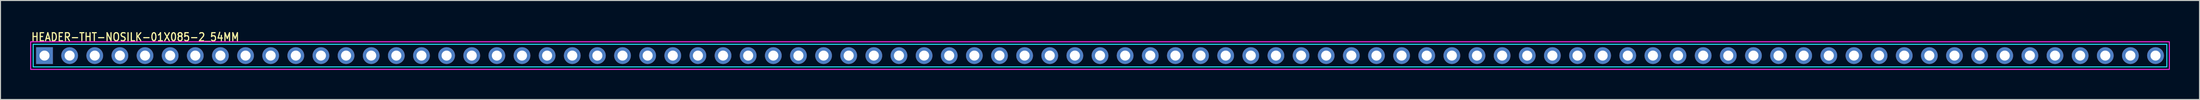
<source format=kicad_pcb>
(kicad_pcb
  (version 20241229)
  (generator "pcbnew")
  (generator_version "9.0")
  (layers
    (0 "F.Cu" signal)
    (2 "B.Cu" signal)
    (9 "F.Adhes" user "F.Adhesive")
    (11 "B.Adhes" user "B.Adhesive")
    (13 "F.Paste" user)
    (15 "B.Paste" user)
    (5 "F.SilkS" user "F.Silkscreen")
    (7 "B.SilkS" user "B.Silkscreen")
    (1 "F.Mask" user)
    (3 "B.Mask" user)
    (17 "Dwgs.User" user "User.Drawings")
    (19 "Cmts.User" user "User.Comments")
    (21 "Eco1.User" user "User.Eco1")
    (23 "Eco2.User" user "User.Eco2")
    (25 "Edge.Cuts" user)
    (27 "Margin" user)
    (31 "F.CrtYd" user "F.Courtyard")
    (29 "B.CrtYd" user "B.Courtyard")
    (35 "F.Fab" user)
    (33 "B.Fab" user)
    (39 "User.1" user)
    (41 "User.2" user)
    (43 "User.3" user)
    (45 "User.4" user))
  (footprint "HEADER-THT-NOSILK-01X085-2_54MM"
    (layer "F.Cu")
    (at 1.447 2.579)
    (property "Reference" "HEADER-THT-NOSILK-01X085-2_54MM" (at -1.4 -1.4 0) (unlocked yes) (layer "F.SilkS") (effects (font (size 0.813 0.695) (thickness 0.122)) (justify left bottom)))
    (fp_poly (pts (xy -1.143 -1.143) (xy 214.503 -1.143) (xy 214.503 1.143) (xy -1.143 1.143)) (stroke (width 0.1) (type solid)) (fill no) (layer "B.CrtYd"))
    (fp_poly (pts (xy -1.397 -1.397) (xy 214.757 -1.397) (xy 214.757 1.397) (xy -1.397 1.397)) (stroke (width 0.1) (type solid)) (fill no) (layer "F.CrtYd"))
    (pad "P$1" thru_hole rect (at 0 0) (size 1.693 1.693) (drill 1.016) (layers "*.Cu" "*.Mask"))
    (pad "P$2" thru_hole oval (at 2.54 0) (size 1.693 1.693) (drill 1.016) (layers "*.Cu" "*.Mask"))
    (pad "P$3" thru_hole oval (at 5.08 0) (size 1.693 1.693) (drill 1.016) (layers "*.Cu" "*.Mask"))
    (pad "P$4" thru_hole oval (at 7.62 0) (size 1.693 1.693) (drill 1.016) (layers "*.Cu" "*.Mask"))
    (pad "P$5" thru_hole oval (at 10.16 0) (size 1.693 1.693) (drill 1.016) (layers "*.Cu" "*.Mask"))
    (pad "P$6" thru_hole oval (at 12.7 0) (size 1.693 1.693) (drill 1.016) (layers "*.Cu" "*.Mask"))
    (pad "P$7" thru_hole oval (at 15.24 0) (size 1.693 1.693) (drill 1.016) (layers "*.Cu" "*.Mask"))
    (pad "P$8" thru_hole oval (at 17.78 0) (size 1.693 1.693) (drill 1.016) (layers "*.Cu" "*.Mask"))
    (pad "P$9" thru_hole oval (at 20.32 0) (size 1.693 1.693) (drill 1.016) (layers "*.Cu" "*.Mask"))
    (pad "P$10" thru_hole oval (at 22.86 0) (size 1.693 1.693) (drill 1.016) (layers "*.Cu" "*.Mask"))
    (pad "P$11" thru_hole oval (at 25.4 0) (size 1.693 1.693) (drill 1.016) (layers "*.Cu" "*.Mask"))
    (pad "P$12" thru_hole oval (at 27.94 0) (size 1.693 1.693) (drill 1.016) (layers "*.Cu" "*.Mask"))
    (pad "P$13" thru_hole oval (at 30.48 0) (size 1.693 1.693) (drill 1.016) (layers "*.Cu" "*.Mask"))
    (pad "P$14" thru_hole oval (at 33.02 0) (size 1.693 1.693) (drill 1.016) (layers "*.Cu" "*.Mask"))
    (pad "P$15" thru_hole oval (at 35.56 0) (size 1.693 1.693) (drill 1.016) (layers "*.Cu" "*.Mask"))
    (pad "P$16" thru_hole oval (at 38.1 0) (size 1.693 1.693) (drill 1.016) (layers "*.Cu" "*.Mask"))
    (pad "P$17" thru_hole oval (at 40.64 0) (size 1.693 1.693) (drill 1.016) (layers "*.Cu" "*.Mask"))
    (pad "P$18" thru_hole oval (at 43.18 0) (size 1.693 1.693) (drill 1.016) (layers "*.Cu" "*.Mask"))
    (pad "P$19" thru_hole oval (at 45.72 0) (size 1.693 1.693) (drill 1.016) (layers "*.Cu" "*.Mask"))
    (pad "P$20" thru_hole oval (at 48.26 0) (size 1.693 1.693) (drill 1.016) (layers "*.Cu" "*.Mask"))
    (pad "P$21" thru_hole oval (at 50.8 0) (size 1.693 1.693) (drill 1.016) (layers "*.Cu" "*.Mask"))
    (pad "P$22" thru_hole oval (at 53.34 0) (size 1.693 1.693) (drill 1.016) (layers "*.Cu" "*.Mask"))
    (pad "P$23" thru_hole oval (at 55.88 0) (size 1.693 1.693) (drill 1.016) (layers "*.Cu" "*.Mask"))
    (pad "P$24" thru_hole oval (at 58.42 0) (size 1.693 1.693) (drill 1.016) (layers "*.Cu" "*.Mask"))
    (pad "P$25" thru_hole oval (at 60.96 0) (size 1.693 1.693) (drill 1.016) (layers "*.Cu" "*.Mask"))
    (pad "P$26" thru_hole oval (at 63.5 0) (size 1.693 1.693) (drill 1.016) (layers "*.Cu" "*.Mask"))
    (pad "P$27" thru_hole oval (at 66.04 0) (size 1.693 1.693) (drill 1.016) (layers "*.Cu" "*.Mask"))
    (pad "P$28" thru_hole oval (at 68.58 0) (size 1.693 1.693) (drill 1.016) (layers "*.Cu" "*.Mask"))
    (pad "P$29" thru_hole oval (at 71.12 0) (size 1.693 1.693) (drill 1.016) (layers "*.Cu" "*.Mask"))
    (pad "P$30" thru_hole oval (at 73.66 0) (size 1.693 1.693) (drill 1.016) (layers "*.Cu" "*.Mask"))
    (pad "P$31" thru_hole oval (at 76.2 0) (size 1.693 1.693) (drill 1.016) (layers "*.Cu" "*.Mask"))
    (pad "P$32" thru_hole oval (at 78.74 0) (size 1.693 1.693) (drill 1.016) (layers "*.Cu" "*.Mask"))
    (pad "P$33" thru_hole oval (at 81.28 0) (size 1.693 1.693) (drill 1.016) (layers "*.Cu" "*.Mask"))
    (pad "P$34" thru_hole oval (at 83.82 0) (size 1.693 1.693) (drill 1.016) (layers "*.Cu" "*.Mask"))
    (pad "P$35" thru_hole oval (at 86.36 0) (size 1.693 1.693) (drill 1.016) (layers "*.Cu" "*.Mask"))
    (pad "P$36" thru_hole oval (at 88.9 0) (size 1.693 1.693) (drill 1.016) (layers "*.Cu" "*.Mask"))
    (pad "P$37" thru_hole oval (at 91.44 0) (size 1.693 1.693) (drill 1.016) (layers "*.Cu" "*.Mask"))
    (pad "P$38" thru_hole oval (at 93.98 0) (size 1.693 1.693) (drill 1.016) (layers "*.Cu" "*.Mask"))
    (pad "P$39" thru_hole oval (at 96.52 0) (size 1.693 1.693) (drill 1.016) (layers "*.Cu" "*.Mask"))
    (pad "P$40" thru_hole oval (at 99.06 0) (size 1.693 1.693) (drill 1.016) (layers "*.Cu" "*.Mask"))
    (pad "P$41" thru_hole oval (at 101.6 0) (size 1.693 1.693) (drill 1.016) (layers "*.Cu" "*.Mask"))
    (pad "P$42" thru_hole oval (at 104.14 0) (size 1.693 1.693) (drill 1.016) (layers "*.Cu" "*.Mask"))
    (pad "P$43" thru_hole oval (at 106.68 0) (size 1.693 1.693) (drill 1.016) (layers "*.Cu" "*.Mask"))
    (pad "P$44" thru_hole oval (at 109.22 0) (size 1.693 1.693) (drill 1.016) (layers "*.Cu" "*.Mask"))
    (pad "P$45" thru_hole oval (at 111.76 0) (size 1.693 1.693) (drill 1.016) (layers "*.Cu" "*.Mask"))
    (pad "P$46" thru_hole oval (at 114.3 0) (size 1.693 1.693) (drill 1.016) (layers "*.Cu" "*.Mask"))
    (pad "P$47" thru_hole oval (at 116.84 0) (size 1.693 1.693) (drill 1.016) (layers "*.Cu" "*.Mask"))
    (pad "P$48" thru_hole oval (at 119.38 0) (size 1.693 1.693) (drill 1.016) (layers "*.Cu" "*.Mask"))
    (pad "P$49" thru_hole oval (at 121.92 0) (size 1.693 1.693) (drill 1.016) (layers "*.Cu" "*.Mask"))
    (pad "P$50" thru_hole oval (at 124.46 0) (size 1.693 1.693) (drill 1.016) (layers "*.Cu" "*.Mask"))
    (pad "P$51" thru_hole oval (at 127 0) (size 1.693 1.693) (drill 1.016) (layers "*.Cu" "*.Mask"))
    (pad "P$52" thru_hole oval (at 129.54 0) (size 1.693 1.693) (drill 1.016) (layers "*.Cu" "*.Mask"))
    (pad "P$53" thru_hole oval (at 132.08 0) (size 1.693 1.693) (drill 1.016) (layers "*.Cu" "*.Mask"))
    (pad "P$54" thru_hole oval (at 134.62 0) (size 1.693 1.693) (drill 1.016) (layers "*.Cu" "*.Mask"))
    (pad "P$55" thru_hole oval (at 137.16 0) (size 1.693 1.693) (drill 1.016) (layers "*.Cu" "*.Mask"))
    (pad "P$56" thru_hole oval (at 139.7 0) (size 1.693 1.693) (drill 1.016) (layers "*.Cu" "*.Mask"))
    (pad "P$57" thru_hole oval (at 142.24 0) (size 1.693 1.693) (drill 1.016) (layers "*.Cu" "*.Mask"))
    (pad "P$58" thru_hole oval (at 144.78 0) (size 1.693 1.693) (drill 1.016) (layers "*.Cu" "*.Mask"))
    (pad "P$59" thru_hole oval (at 147.32 0) (size 1.693 1.693) (drill 1.016) (layers "*.Cu" "*.Mask"))
    (pad "P$60" thru_hole oval (at 149.86 0) (size 1.693 1.693) (drill 1.016) (layers "*.Cu" "*.Mask"))
    (pad "P$61" thru_hole oval (at 152.4 0) (size 1.693 1.693) (drill 1.016) (layers "*.Cu" "*.Mask"))
    (pad "P$62" thru_hole oval (at 154.94 0) (size 1.693 1.693) (drill 1.016) (layers "*.Cu" "*.Mask"))
    (pad "P$63" thru_hole oval (at 157.48 0) (size 1.693 1.693) (drill 1.016) (layers "*.Cu" "*.Mask"))
    (pad "P$64" thru_hole oval (at 160.02 0) (size 1.693 1.693) (drill 1.016) (layers "*.Cu" "*.Mask"))
    (pad "P$65" thru_hole oval (at 162.56 0) (size 1.693 1.693) (drill 1.016) (layers "*.Cu" "*.Mask"))
    (pad "P$66" thru_hole oval (at 165.1 0) (size 1.693 1.693) (drill 1.016) (layers "*.Cu" "*.Mask"))
    (pad "P$67" thru_hole oval (at 167.64 0) (size 1.693 1.693) (drill 1.016) (layers "*.Cu" "*.Mask"))
    (pad "P$68" thru_hole oval (at 170.18 0) (size 1.693 1.693) (drill 1.016) (layers "*.Cu" "*.Mask"))
    (pad "P$69" thru_hole oval (at 172.72 0) (size 1.693 1.693) (drill 1.016) (layers "*.Cu" "*.Mask"))
    (pad "P$70" thru_hole oval (at 175.26 0) (size 1.693 1.693) (drill 1.016) (layers "*.Cu" "*.Mask"))
    (pad "P$71" thru_hole oval (at 177.8 0) (size 1.693 1.693) (drill 1.016) (layers "*.Cu" "*.Mask"))
    (pad "P$72" thru_hole oval (at 180.34 0) (size 1.693 1.693) (drill 1.016) (layers "*.Cu" "*.Mask"))
    (pad "P$73" thru_hole oval (at 182.88 0) (size 1.693 1.693) (drill 1.016) (layers "*.Cu" "*.Mask"))
    (pad "P$74" thru_hole oval (at 185.42 0) (size 1.693 1.693) (drill 1.016) (layers "*.Cu" "*.Mask"))
    (pad "P$75" thru_hole oval (at 187.96 0) (size 1.693 1.693) (drill 1.016) (layers "*.Cu" "*.Mask"))
    (pad "P$76" thru_hole oval (at 190.5 0) (size 1.693 1.693) (drill 1.016) (layers "*.Cu" "*.Mask"))
    (pad "P$77" thru_hole oval (at 193.04 0) (size 1.693 1.693) (drill 1.016) (layers "*.Cu" "*.Mask"))
    (pad "P$78" thru_hole oval (at 195.58 0) (size 1.693 1.693) (drill 1.016) (layers "*.Cu" "*.Mask"))
    (pad "P$79" thru_hole oval (at 198.12 0) (size 1.693 1.693) (drill 1.016) (layers "*.Cu" "*.Mask"))
    (pad "P$80" thru_hole oval (at 200.66 0) (size 1.693 1.693) (drill 1.016) (layers "*.Cu" "*.Mask"))
    (pad "P$81" thru_hole oval (at 203.2 0) (size 1.693 1.693) (drill 1.016) (layers "*.Cu" "*.Mask"))
    (pad "P$82" thru_hole oval (at 205.74 0) (size 1.693 1.693) (drill 1.016) (layers "*.Cu" "*.Mask"))
    (pad "P$83" thru_hole oval (at 208.28 0) (size 1.693 1.693) (drill 1.016) (layers "*.Cu" "*.Mask"))
    (pad "P$84" thru_hole oval (at 210.82 0) (size 1.693 1.693) (drill 1.016) (layers "*.Cu" "*.Mask"))
    (pad "P$85" thru_hole oval (at 213.36 0) (size 1.693 1.693) (drill 1.016) (layers "*.Cu" "*.Mask")))
  (gr_rect
    (start -3 -3)
    (end 219.254 7.026)
    (stroke (width 0.1) (type default))
    (fill no)
    (layer "Edge.Cuts")))
</source>
